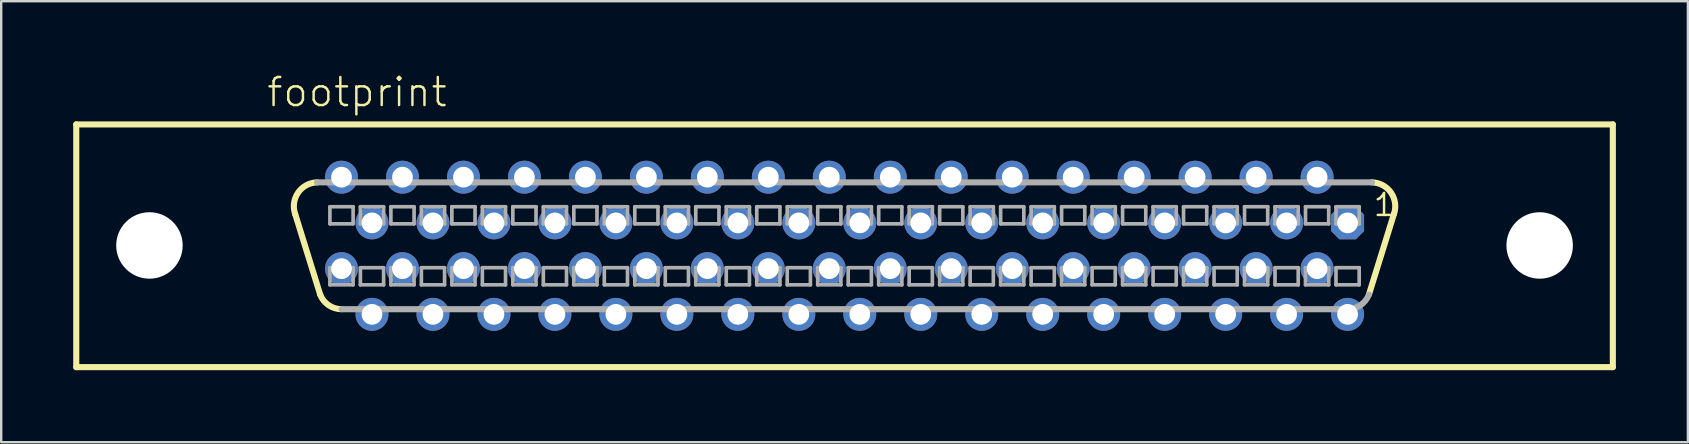
<source format=kicad_pcb>
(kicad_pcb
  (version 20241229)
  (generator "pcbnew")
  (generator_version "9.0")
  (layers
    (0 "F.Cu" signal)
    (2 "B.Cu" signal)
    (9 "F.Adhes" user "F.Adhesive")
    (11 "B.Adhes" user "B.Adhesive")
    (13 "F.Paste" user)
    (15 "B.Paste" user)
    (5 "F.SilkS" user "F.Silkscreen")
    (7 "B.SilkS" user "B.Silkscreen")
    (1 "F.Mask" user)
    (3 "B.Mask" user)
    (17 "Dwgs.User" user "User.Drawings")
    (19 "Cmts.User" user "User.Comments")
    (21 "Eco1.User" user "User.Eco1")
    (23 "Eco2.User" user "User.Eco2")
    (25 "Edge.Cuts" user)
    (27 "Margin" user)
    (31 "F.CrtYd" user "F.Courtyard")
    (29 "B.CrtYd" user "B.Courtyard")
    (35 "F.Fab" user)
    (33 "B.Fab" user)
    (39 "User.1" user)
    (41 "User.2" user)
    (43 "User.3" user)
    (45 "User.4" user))
  (footprint "footprint"
    (layer "F.Cu")
    (at 32.131 7.188)
    (property "Reference" "footprint" (at -24.13 -5.715 0) (layer "F.SilkS") (effects (font (size 1.168 1.168) (thickness 0.102)) (justify left bottom)))
    (fp_line (start -32.004 -5.055) (end 32.004 -5.055) (stroke (width 0.254) (type solid)) (layer "F.SilkS"))
    (fp_line (start -32.004 5.055) (end -32.004 -5.055) (stroke (width 0.254) (type solid)) (layer "F.SilkS"))
    (fp_line (start -21.844 2.032) (end -22.885 -1.321) (stroke (width 0.254) (type solid)) (layer "F.SilkS"))
    (fp_line (start 21.844 2.032) (end 22.885 -1.321) (stroke (width 0.254) (type solid)) (layer "F.SilkS"))
    (fp_line (start 32.004 -5.055) (end 32.004 5.055) (stroke (width 0.254) (type solid)) (layer "F.SilkS"))
    (fp_line (start 32.004 5.055) (end -32.004 5.055) (stroke (width 0.254) (type solid)) (layer "F.SilkS"))
    (fp_arc (start -22.8854 -1.3208) (mid -22.763542 -2.213361) (end -21.970998 -2.641601) (stroke (width 0.254) (type solid)) (layer "F.SilkS"))
    (fp_arc (start -20.954999 2.641601) (mid -21.494028 2.474655) (end -21.844 2.032) (stroke (width 0.254) (type solid)) (layer "F.SilkS"))
    (fp_arc (start 21.971 -2.6416) (mid 22.763543 -2.21336) (end 22.885399 -1.320799) (stroke (width 0.254) (type solid)) (layer "F.SilkS"))
    (fp_line (start -21.438 -1.626) (end -21.438 -0.914) (stroke (width 0.152) (type solid)) (layer "F.Fab"))
    (fp_line (start -21.438 -0.914) (end -20.472 -0.914) (stroke (width 0.152) (type solid)) (layer "F.Fab"))
    (fp_line (start -21.438 0.914) (end -21.438 1.626) (stroke (width 0.152) (type solid)) (layer "F.Fab"))
    (fp_line (start -21.438 1.626) (end -20.472 1.626) (stroke (width 0.152) (type solid)) (layer "F.Fab"))
    (fp_line (start -20.472 -1.626) (end -21.438 -1.626) (stroke (width 0.152) (type solid)) (layer "F.Fab"))
    (fp_line (start -20.472 -0.914) (end -20.472 -1.626) (stroke (width 0.152) (type solid)) (layer "F.Fab"))
    (fp_line (start -20.472 0.914) (end -21.438 0.914) (stroke (width 0.152) (type solid)) (layer "F.Fab"))
    (fp_line (start -20.472 1.626) (end -20.472 0.914) (stroke (width 0.152) (type solid)) (layer "F.Fab"))
    (fp_line (start -20.168 -1.626) (end -20.168 -0.914) (stroke (width 0.152) (type solid)) (layer "F.Fab"))
    (fp_line (start -20.168 -0.914) (end -19.202 -0.914) (stroke (width 0.152) (type solid)) (layer "F.Fab"))
    (fp_line (start -20.168 0.914) (end -20.168 1.626) (stroke (width 0.152) (type solid)) (layer "F.Fab"))
    (fp_line (start -20.168 1.626) (end -19.202 1.626) (stroke (width 0.152) (type solid)) (layer "F.Fab"))
    (fp_line (start -19.202 -1.626) (end -20.168 -1.626) (stroke (width 0.152) (type solid)) (layer "F.Fab"))
    (fp_line (start -19.202 -0.914) (end -19.202 -1.626) (stroke (width 0.152) (type solid)) (layer "F.Fab"))
    (fp_line (start -19.202 0.914) (end -20.168 0.914) (stroke (width 0.152) (type solid)) (layer "F.Fab"))
    (fp_line (start -19.202 1.626) (end -19.202 0.914) (stroke (width 0.152) (type solid)) (layer "F.Fab"))
    (fp_line (start -18.898 -1.626) (end -18.898 -0.914) (stroke (width 0.152) (type solid)) (layer "F.Fab"))
    (fp_line (start -18.898 -0.914) (end -17.932 -0.914) (stroke (width 0.152) (type solid)) (layer "F.Fab"))
    (fp_line (start -18.898 0.914) (end -18.898 1.626) (stroke (width 0.152) (type solid)) (layer "F.Fab"))
    (fp_line (start -18.898 1.626) (end -17.932 1.626) (stroke (width 0.152) (type solid)) (layer "F.Fab"))
    (fp_line (start -17.932 -1.626) (end -18.898 -1.626) (stroke (width 0.152) (type solid)) (layer "F.Fab"))
    (fp_line (start -17.932 -0.914) (end -17.932 -1.626) (stroke (width 0.152) (type solid)) (layer "F.Fab"))
    (fp_line (start -17.932 0.914) (end -18.898 0.914) (stroke (width 0.152) (type solid)) (layer "F.Fab"))
    (fp_line (start -17.932 1.626) (end -17.932 0.914) (stroke (width 0.152) (type solid)) (layer "F.Fab"))
    (fp_line (start -17.628 -1.626) (end -17.628 -0.914) (stroke (width 0.152) (type solid)) (layer "F.Fab"))
    (fp_line (start -17.628 -0.914) (end -16.662 -0.914) (stroke (width 0.152) (type solid)) (layer "F.Fab"))
    (fp_line (start -17.628 0.914) (end -17.628 1.626) (stroke (width 0.152) (type solid)) (layer "F.Fab"))
    (fp_line (start -17.628 1.626) (end -16.662 1.626) (stroke (width 0.152) (type solid)) (layer "F.Fab"))
    (fp_line (start -16.662 -1.626) (end -17.628 -1.626) (stroke (width 0.152) (type solid)) (layer "F.Fab"))
    (fp_line (start -16.662 -0.914) (end -16.662 -1.626) (stroke (width 0.152) (type solid)) (layer "F.Fab"))
    (fp_line (start -16.662 0.914) (end -17.628 0.914) (stroke (width 0.152) (type solid)) (layer "F.Fab"))
    (fp_line (start -16.662 1.626) (end -16.662 0.914) (stroke (width 0.152) (type solid)) (layer "F.Fab"))
    (fp_line (start -16.358 -1.626) (end -16.358 -0.914) (stroke (width 0.152) (type solid)) (layer "F.Fab"))
    (fp_line (start -16.358 -0.914) (end -15.392 -0.914) (stroke (width 0.152) (type solid)) (layer "F.Fab"))
    (fp_line (start -16.358 0.914) (end -16.358 1.626) (stroke (width 0.152) (type solid)) (layer "F.Fab"))
    (fp_line (start -16.358 1.626) (end -15.392 1.626) (stroke (width 0.152) (type solid)) (layer "F.Fab"))
    (fp_line (start -15.392 -1.626) (end -16.358 -1.626) (stroke (width 0.152) (type solid)) (layer "F.Fab"))
    (fp_line (start -15.392 -0.914) (end -15.392 -1.626) (stroke (width 0.152) (type solid)) (layer "F.Fab"))
    (fp_line (start -15.392 0.914) (end -16.358 0.914) (stroke (width 0.152) (type solid)) (layer "F.Fab"))
    (fp_line (start -15.392 1.626) (end -15.392 0.914) (stroke (width 0.152) (type solid)) (layer "F.Fab"))
    (fp_line (start -15.088 -1.626) (end -15.088 -0.914) (stroke (width 0.152) (type solid)) (layer "F.Fab"))
    (fp_line (start -15.088 -0.914) (end -14.122 -0.914) (stroke (width 0.152) (type solid)) (layer "F.Fab"))
    (fp_line (start -15.088 0.914) (end -15.088 1.626) (stroke (width 0.152) (type solid)) (layer "F.Fab"))
    (fp_line (start -15.088 1.626) (end -14.122 1.626) (stroke (width 0.152) (type solid)) (layer "F.Fab"))
    (fp_line (start -14.122 -1.626) (end -15.088 -1.626) (stroke (width 0.152) (type solid)) (layer "F.Fab"))
    (fp_line (start -14.122 -0.914) (end -14.122 -1.626) (stroke (width 0.152) (type solid)) (layer "F.Fab"))
    (fp_line (start -14.122 0.914) (end -15.088 0.914) (stroke (width 0.152) (type solid)) (layer "F.Fab"))
    (fp_line (start -14.122 1.626) (end -14.122 0.914) (stroke (width 0.152) (type solid)) (layer "F.Fab"))
    (fp_line (start -13.818 -1.626) (end -13.818 -0.914) (stroke (width 0.152) (type solid)) (layer "F.Fab"))
    (fp_line (start -13.818 -0.914) (end -12.852 -0.914) (stroke (width 0.152) (type solid)) (layer "F.Fab"))
    (fp_line (start -13.818 0.914) (end -13.818 1.626) (stroke (width 0.152) (type solid)) (layer "F.Fab"))
    (fp_line (start -13.818 1.626) (end -12.852 1.626) (stroke (width 0.152) (type solid)) (layer "F.Fab"))
    (fp_line (start -12.852 -1.626) (end -13.818 -1.626) (stroke (width 0.152) (type solid)) (layer "F.Fab"))
    (fp_line (start -12.852 -0.914) (end -12.852 -1.626) (stroke (width 0.152) (type solid)) (layer "F.Fab"))
    (fp_line (start -12.852 0.914) (end -13.818 0.914) (stroke (width 0.152) (type solid)) (layer "F.Fab"))
    (fp_line (start -12.852 1.626) (end -12.852 0.914) (stroke (width 0.152) (type solid)) (layer "F.Fab"))
    (fp_line (start -12.548 -1.626) (end -12.548 -0.914) (stroke (width 0.152) (type solid)) (layer "F.Fab"))
    (fp_line (start -12.548 -0.914) (end -11.582 -0.914) (stroke (width 0.152) (type solid)) (layer "F.Fab"))
    (fp_line (start -12.548 0.914) (end -12.548 1.626) (stroke (width 0.152) (type solid)) (layer "F.Fab"))
    (fp_line (start -12.548 1.626) (end -11.582 1.626) (stroke (width 0.152) (type solid)) (layer "F.Fab"))
    (fp_line (start -11.582 -1.626) (end -12.548 -1.626) (stroke (width 0.152) (type solid)) (layer "F.Fab"))
    (fp_line (start -11.582 -0.914) (end -11.582 -1.626) (stroke (width 0.152) (type solid)) (layer "F.Fab"))
    (fp_line (start -11.582 0.914) (end -12.548 0.914) (stroke (width 0.152) (type solid)) (layer "F.Fab"))
    (fp_line (start -11.582 1.626) (end -11.582 0.914) (stroke (width 0.152) (type solid)) (layer "F.Fab"))
    (fp_line (start -11.278 -1.626) (end -11.278 -0.914) (stroke (width 0.152) (type solid)) (layer "F.Fab"))
    (fp_line (start -11.278 -0.914) (end -10.312 -0.914) (stroke (width 0.152) (type solid)) (layer "F.Fab"))
    (fp_line (start -11.278 0.914) (end -11.278 1.626) (stroke (width 0.152) (type solid)) (layer "F.Fab"))
    (fp_line (start -11.278 1.626) (end -10.312 1.626) (stroke (width 0.152) (type solid)) (layer "F.Fab"))
    (fp_line (start -10.312 -1.626) (end -11.278 -1.626) (stroke (width 0.152) (type solid)) (layer "F.Fab"))
    (fp_line (start -10.312 -0.914) (end -10.312 -1.626) (stroke (width 0.152) (type solid)) (layer "F.Fab"))
    (fp_line (start -10.312 0.914) (end -11.278 0.914) (stroke (width 0.152) (type solid)) (layer "F.Fab"))
    (fp_line (start -10.312 1.626) (end -10.312 0.914) (stroke (width 0.152) (type solid)) (layer "F.Fab"))
    (fp_line (start -10.008 -1.626) (end -10.008 -0.914) (stroke (width 0.152) (type solid)) (layer "F.Fab"))
    (fp_line (start -10.008 -0.914) (end -9.042 -0.914) (stroke (width 0.152) (type solid)) (layer "F.Fab"))
    (fp_line (start -10.008 0.914) (end -10.008 1.626) (stroke (width 0.152) (type solid)) (layer "F.Fab"))
    (fp_line (start -10.008 1.626) (end -9.042 1.626) (stroke (width 0.152) (type solid)) (layer "F.Fab"))
    (fp_line (start -9.042 -1.626) (end -10.008 -1.626) (stroke (width 0.152) (type solid)) (layer "F.Fab"))
    (fp_line (start -9.042 -0.914) (end -9.042 -1.626) (stroke (width 0.152) (type solid)) (layer "F.Fab"))
    (fp_line (start -9.042 0.914) (end -10.008 0.914) (stroke (width 0.152) (type solid)) (layer "F.Fab"))
    (fp_line (start -9.042 1.626) (end -9.042 0.914) (stroke (width 0.152) (type solid)) (layer "F.Fab"))
    (fp_line (start -8.738 -1.626) (end -8.738 -0.914) (stroke (width 0.152) (type solid)) (layer "F.Fab"))
    (fp_line (start -8.738 -0.914) (end -7.772 -0.914) (stroke (width 0.152) (type solid)) (layer "F.Fab"))
    (fp_line (start -8.738 0.914) (end -8.738 1.626) (stroke (width 0.152) (type solid)) (layer "F.Fab"))
    (fp_line (start -8.738 1.626) (end -7.772 1.626) (stroke (width 0.152) (type solid)) (layer "F.Fab"))
    (fp_line (start -7.772 -1.626) (end -8.738 -1.626) (stroke (width 0.152) (type solid)) (layer "F.Fab"))
    (fp_line (start -7.772 -0.914) (end -7.772 -1.626) (stroke (width 0.152) (type solid)) (layer "F.Fab"))
    (fp_line (start -7.772 0.914) (end -8.738 0.914) (stroke (width 0.152) (type solid)) (layer "F.Fab"))
    (fp_line (start -7.772 1.626) (end -7.772 0.914) (stroke (width 0.152) (type solid)) (layer "F.Fab"))
    (fp_line (start -7.468 -1.626) (end -7.468 -0.914) (stroke (width 0.152) (type solid)) (layer "F.Fab"))
    (fp_line (start -7.468 -0.914) (end -6.502 -0.914) (stroke (width 0.152) (type solid)) (layer "F.Fab"))
    (fp_line (start -7.468 0.914) (end -7.468 1.626) (stroke (width 0.152) (type solid)) (layer "F.Fab"))
    (fp_line (start -7.468 1.626) (end -6.502 1.626) (stroke (width 0.152) (type solid)) (layer "F.Fab"))
    (fp_line (start -6.502 -1.626) (end -7.468 -1.626) (stroke (width 0.152) (type solid)) (layer "F.Fab"))
    (fp_line (start -6.502 -0.914) (end -6.502 -1.626) (stroke (width 0.152) (type solid)) (layer "F.Fab"))
    (fp_line (start -6.502 0.914) (end -7.468 0.914) (stroke (width 0.152) (type solid)) (layer "F.Fab"))
    (fp_line (start -6.502 1.626) (end -6.502 0.914) (stroke (width 0.152) (type solid)) (layer "F.Fab"))
    (fp_line (start -6.198 -1.626) (end -6.198 -0.914) (stroke (width 0.152) (type solid)) (layer "F.Fab"))
    (fp_line (start -6.198 -0.914) (end -5.232 -0.914) (stroke (width 0.152) (type solid)) (layer "F.Fab"))
    (fp_line (start -6.198 0.914) (end -6.198 1.626) (stroke (width 0.152) (type solid)) (layer "F.Fab"))
    (fp_line (start -6.198 1.626) (end -5.232 1.626) (stroke (width 0.152) (type solid)) (layer "F.Fab"))
    (fp_line (start -5.232 -1.626) (end -6.198 -1.626) (stroke (width 0.152) (type solid)) (layer "F.Fab"))
    (fp_line (start -5.232 -0.914) (end -5.232 -1.626) (stroke (width 0.152) (type solid)) (layer "F.Fab"))
    (fp_line (start -5.232 0.914) (end -6.198 0.914) (stroke (width 0.152) (type solid)) (layer "F.Fab"))
    (fp_line (start -5.232 1.626) (end -5.232 0.914) (stroke (width 0.152) (type solid)) (layer "F.Fab"))
    (fp_line (start -4.928 -1.626) (end -4.928 -0.914) (stroke (width 0.152) (type solid)) (layer "F.Fab"))
    (fp_line (start -4.928 -0.914) (end -3.962 -0.914) (stroke (width 0.152) (type solid)) (layer "F.Fab"))
    (fp_line (start -4.928 0.914) (end -4.928 1.626) (stroke (width 0.152) (type solid)) (layer "F.Fab"))
    (fp_line (start -4.928 1.626) (end -3.962 1.626) (stroke (width 0.152) (type solid)) (layer "F.Fab"))
    (fp_line (start -3.962 -1.626) (end -4.928 -1.626) (stroke (width 0.152) (type solid)) (layer "F.Fab"))
    (fp_line (start -3.962 -0.914) (end -3.962 -1.626) (stroke (width 0.152) (type solid)) (layer "F.Fab"))
    (fp_line (start -3.962 0.914) (end -4.928 0.914) (stroke (width 0.152) (type solid)) (layer "F.Fab"))
    (fp_line (start -3.962 1.626) (end -3.962 0.914) (stroke (width 0.152) (type solid)) (layer "F.Fab"))
    (fp_line (start -3.658 -1.626) (end -3.658 -0.914) (stroke (width 0.152) (type solid)) (layer "F.Fab"))
    (fp_line (start -3.658 -0.914) (end -2.692 -0.914) (stroke (width 0.152) (type solid)) (layer "F.Fab"))
    (fp_line (start -3.658 0.914) (end -3.658 1.626) (stroke (width 0.152) (type solid)) (layer "F.Fab"))
    (fp_line (start -3.658 1.626) (end -2.692 1.626) (stroke (width 0.152) (type solid)) (layer "F.Fab"))
    (fp_line (start -2.692 -1.626) (end -3.658 -1.626) (stroke (width 0.152) (type solid)) (layer "F.Fab"))
    (fp_line (start -2.692 -0.914) (end -2.692 -1.626) (stroke (width 0.152) (type solid)) (layer "F.Fab"))
    (fp_line (start -2.692 0.914) (end -3.658 0.914) (stroke (width 0.152) (type solid)) (layer "F.Fab"))
    (fp_line (start -2.692 1.626) (end -2.692 0.914) (stroke (width 0.152) (type solid)) (layer "F.Fab"))
    (fp_line (start -2.388 -1.626) (end -2.388 -0.914) (stroke (width 0.152) (type solid)) (layer "F.Fab"))
    (fp_line (start -2.388 -0.914) (end -1.422 -0.914) (stroke (width 0.152) (type solid)) (layer "F.Fab"))
    (fp_line (start -2.388 0.914) (end -2.388 1.626) (stroke (width 0.152) (type solid)) (layer "F.Fab"))
    (fp_line (start -2.388 1.626) (end -1.422 1.626) (stroke (width 0.152) (type solid)) (layer "F.Fab"))
    (fp_line (start -1.422 -1.626) (end -2.388 -1.626) (stroke (width 0.152) (type solid)) (layer "F.Fab"))
    (fp_line (start -1.422 -0.914) (end -1.422 -1.626) (stroke (width 0.152) (type solid)) (layer "F.Fab"))
    (fp_line (start -1.422 0.914) (end -2.388 0.914) (stroke (width 0.152) (type solid)) (layer "F.Fab"))
    (fp_line (start -1.422 1.626) (end -1.422 0.914) (stroke (width 0.152) (type solid)) (layer "F.Fab"))
    (fp_line (start -1.118 -1.626) (end -1.118 -0.914) (stroke (width 0.152) (type solid)) (layer "F.Fab"))
    (fp_line (start -1.118 -0.914) (end -0.152 -0.914) (stroke (width 0.152) (type solid)) (layer "F.Fab"))
    (fp_line (start -1.118 0.914) (end -1.118 1.626) (stroke (width 0.152) (type solid)) (layer "F.Fab"))
    (fp_line (start -1.118 1.626) (end -0.152 1.626) (stroke (width 0.152) (type solid)) (layer "F.Fab"))
    (fp_line (start -0.152 -1.626) (end -1.118 -1.626) (stroke (width 0.152) (type solid)) (layer "F.Fab"))
    (fp_line (start -0.152 -0.914) (end -0.152 -1.626) (stroke (width 0.152) (type solid)) (layer "F.Fab"))
    (fp_line (start -0.152 0.914) (end -1.118 0.914) (stroke (width 0.152) (type solid)) (layer "F.Fab"))
    (fp_line (start -0.152 1.626) (end -0.152 0.914) (stroke (width 0.152) (type solid)) (layer "F.Fab"))
    (fp_line (start 0.152 -1.626) (end 0.152 -0.914) (stroke (width 0.152) (type solid)) (layer "F.Fab"))
    (fp_line (start 0.152 -0.914) (end 1.118 -0.914) (stroke (width 0.152) (type solid)) (layer "F.Fab"))
    (fp_line (start 0.152 0.914) (end 0.152 1.626) (stroke (width 0.152) (type solid)) (layer "F.Fab"))
    (fp_line (start 0.152 1.626) (end 1.118 1.626) (stroke (width 0.152) (type solid)) (layer "F.Fab"))
    (fp_line (start 1.118 -1.626) (end 0.152 -1.626) (stroke (width 0.152) (type solid)) (layer "F.Fab"))
    (fp_line (start 1.118 -0.914) (end 1.118 -1.626) (stroke (width 0.152) (type solid)) (layer "F.Fab"))
    (fp_line (start 1.118 0.914) (end 0.152 0.914) (stroke (width 0.152) (type solid)) (layer "F.Fab"))
    (fp_line (start 1.118 1.626) (end 1.118 0.914) (stroke (width 0.152) (type solid)) (layer "F.Fab"))
    (fp_line (start 1.422 -1.626) (end 1.422 -0.914) (stroke (width 0.152) (type solid)) (layer "F.Fab"))
    (fp_line (start 1.422 -0.914) (end 2.388 -0.914) (stroke (width 0.152) (type solid)) (layer "F.Fab"))
    (fp_line (start 1.422 0.914) (end 1.422 1.626) (stroke (width 0.152) (type solid)) (layer "F.Fab"))
    (fp_line (start 1.422 1.626) (end 2.388 1.626) (stroke (width 0.152) (type solid)) (layer "F.Fab"))
    (fp_line (start 2.388 -1.626) (end 1.422 -1.626) (stroke (width 0.152) (type solid)) (layer "F.Fab"))
    (fp_line (start 2.388 -0.914) (end 2.388 -1.626) (stroke (width 0.152) (type solid)) (layer "F.Fab"))
    (fp_line (start 2.388 0.914) (end 1.422 0.914) (stroke (width 0.152) (type solid)) (layer "F.Fab"))
    (fp_line (start 2.388 1.626) (end 2.388 0.914) (stroke (width 0.152) (type solid)) (layer "F.Fab"))
    (fp_line (start 2.692 -1.626) (end 2.692 -0.914) (stroke (width 0.152) (type solid)) (layer "F.Fab"))
    (fp_line (start 2.692 -0.914) (end 3.658 -0.914) (stroke (width 0.152) (type solid)) (layer "F.Fab"))
    (fp_line (start 2.692 0.914) (end 2.692 1.626) (stroke (width 0.152) (type solid)) (layer "F.Fab"))
    (fp_line (start 2.692 1.626) (end 3.658 1.626) (stroke (width 0.152) (type solid)) (layer "F.Fab"))
    (fp_line (start 3.658 -1.626) (end 2.692 -1.626) (stroke (width 0.152) (type solid)) (layer "F.Fab"))
    (fp_line (start 3.658 -0.914) (end 3.658 -1.626) (stroke (width 0.152) (type solid)) (layer "F.Fab"))
    (fp_line (start 3.658 0.914) (end 2.692 0.914) (stroke (width 0.152) (type solid)) (layer "F.Fab"))
    (fp_line (start 3.658 1.626) (end 3.658 0.914) (stroke (width 0.152) (type solid)) (layer "F.Fab"))
    (fp_line (start 3.962 -1.626) (end 3.962 -0.914) (stroke (width 0.152) (type solid)) (layer "F.Fab"))
    (fp_line (start 3.962 -0.914) (end 4.928 -0.914) (stroke (width 0.152) (type solid)) (layer "F.Fab"))
    (fp_line (start 3.962 0.914) (end 3.962 1.626) (stroke (width 0.152) (type solid)) (layer "F.Fab"))
    (fp_line (start 3.962 1.626) (end 4.928 1.626) (stroke (width 0.152) (type solid)) (layer "F.Fab"))
    (fp_line (start 4.928 -1.626) (end 3.962 -1.626) (stroke (width 0.152) (type solid)) (layer "F.Fab"))
    (fp_line (start 4.928 -0.914) (end 4.928 -1.626) (stroke (width 0.152) (type solid)) (layer "F.Fab"))
    (fp_line (start 4.928 0.914) (end 3.962 0.914) (stroke (width 0.152) (type solid)) (layer "F.Fab"))
    (fp_line (start 4.928 1.626) (end 4.928 0.914) (stroke (width 0.152) (type solid)) (layer "F.Fab"))
    (fp_line (start 5.232 -1.626) (end 5.232 -0.914) (stroke (width 0.152) (type solid)) (layer "F.Fab"))
    (fp_line (start 5.232 -0.914) (end 6.198 -0.914) (stroke (width 0.152) (type solid)) (layer "F.Fab"))
    (fp_line (start 5.232 0.914) (end 5.232 1.626) (stroke (width 0.152) (type solid)) (layer "F.Fab"))
    (fp_line (start 5.232 1.626) (end 6.198 1.626) (stroke (width 0.152) (type solid)) (layer "F.Fab"))
    (fp_line (start 6.198 -1.626) (end 5.232 -1.626) (stroke (width 0.152) (type solid)) (layer "F.Fab"))
    (fp_line (start 6.198 -0.914) (end 6.198 -1.626) (stroke (width 0.152) (type solid)) (layer "F.Fab"))
    (fp_line (start 6.198 0.914) (end 5.232 0.914) (stroke (width 0.152) (type solid)) (layer "F.Fab"))
    (fp_line (start 6.198 1.626) (end 6.198 0.914) (stroke (width 0.152) (type solid)) (layer "F.Fab"))
    (fp_line (start 6.502 -1.626) (end 6.502 -0.914) (stroke (width 0.152) (type solid)) (layer "F.Fab"))
    (fp_line (start 6.502 -0.914) (end 7.468 -0.914) (stroke (width 0.152) (type solid)) (layer "F.Fab"))
    (fp_line (start 6.502 0.914) (end 6.502 1.626) (stroke (width 0.152) (type solid)) (layer "F.Fab"))
    (fp_line (start 6.502 1.626) (end 7.468 1.626) (stroke (width 0.152) (type solid)) (layer "F.Fab"))
    (fp_line (start 7.468 -1.626) (end 6.502 -1.626) (stroke (width 0.152) (type solid)) (layer "F.Fab"))
    (fp_line (start 7.468 -0.914) (end 7.468 -1.626) (stroke (width 0.152) (type solid)) (layer "F.Fab"))
    (fp_line (start 7.468 0.914) (end 6.502 0.914) (stroke (width 0.152) (type solid)) (layer "F.Fab"))
    (fp_line (start 7.468 1.626) (end 7.468 0.914) (stroke (width 0.152) (type solid)) (layer "F.Fab"))
    (fp_line (start 7.772 -1.626) (end 7.772 -0.914) (stroke (width 0.152) (type solid)) (layer "F.Fab"))
    (fp_line (start 7.772 -0.914) (end 8.738 -0.914) (stroke (width 0.152) (type solid)) (layer "F.Fab"))
    (fp_line (start 7.772 0.914) (end 7.772 1.626) (stroke (width 0.152) (type solid)) (layer "F.Fab"))
    (fp_line (start 7.772 1.626) (end 8.738 1.626) (stroke (width 0.152) (type solid)) (layer "F.Fab"))
    (fp_line (start 8.738 -1.626) (end 7.772 -1.626) (stroke (width 0.152) (type solid)) (layer "F.Fab"))
    (fp_line (start 8.738 -0.914) (end 8.738 -1.626) (stroke (width 0.152) (type solid)) (layer "F.Fab"))
    (fp_line (start 8.738 0.914) (end 7.772 0.914) (stroke (width 0.152) (type solid)) (layer "F.Fab"))
    (fp_line (start 8.738 1.626) (end 8.738 0.914) (stroke (width 0.152) (type solid)) (layer "F.Fab"))
    (fp_line (start 9.042 -1.626) (end 9.042 -0.914) (stroke (width 0.152) (type solid)) (layer "F.Fab"))
    (fp_line (start 9.042 -0.914) (end 10.008 -0.914) (stroke (width 0.152) (type solid)) (layer "F.Fab"))
    (fp_line (start 9.042 0.914) (end 9.042 1.626) (stroke (width 0.152) (type solid)) (layer "F.Fab"))
    (fp_line (start 9.042 1.626) (end 10.008 1.626) (stroke (width 0.152) (type solid)) (layer "F.Fab"))
    (fp_line (start 10.008 -1.626) (end 9.042 -1.626) (stroke (width 0.152) (type solid)) (layer "F.Fab"))
    (fp_line (start 10.008 -0.914) (end 10.008 -1.626) (stroke (width 0.152) (type solid)) (layer "F.Fab"))
    (fp_line (start 10.008 0.914) (end 9.042 0.914) (stroke (width 0.152) (type solid)) (layer "F.Fab"))
    (fp_line (start 10.008 1.626) (end 10.008 0.914) (stroke (width 0.152) (type solid)) (layer "F.Fab"))
    (fp_line (start 10.312 -1.626) (end 10.312 -0.914) (stroke (width 0.152) (type solid)) (layer "F.Fab"))
    (fp_line (start 10.312 -0.914) (end 11.278 -0.914) (stroke (width 0.152) (type solid)) (layer "F.Fab"))
    (fp_line (start 10.312 0.914) (end 10.312 1.626) (stroke (width 0.152) (type solid)) (layer "F.Fab"))
    (fp_line (start 10.312 1.626) (end 11.278 1.626) (stroke (width 0.152) (type solid)) (layer "F.Fab"))
    (fp_line (start 11.278 -1.626) (end 10.312 -1.626) (stroke (width 0.152) (type solid)) (layer "F.Fab"))
    (fp_line (start 11.278 -0.914) (end 11.278 -1.626) (stroke (width 0.152) (type solid)) (layer "F.Fab"))
    (fp_line (start 11.278 0.914) (end 10.312 0.914) (stroke (width 0.152) (type solid)) (layer "F.Fab"))
    (fp_line (start 11.278 1.626) (end 11.278 0.914) (stroke (width 0.152) (type solid)) (layer "F.Fab"))
    (fp_line (start 11.582 -1.626) (end 11.582 -0.914) (stroke (width 0.152) (type solid)) (layer "F.Fab"))
    (fp_line (start 11.582 -0.914) (end 12.548 -0.914) (stroke (width 0.152) (type solid)) (layer "F.Fab"))
    (fp_line (start 11.582 0.914) (end 11.582 1.626) (stroke (width 0.152) (type solid)) (layer "F.Fab"))
    (fp_line (start 11.582 1.626) (end 12.548 1.626) (stroke (width 0.152) (type solid)) (layer "F.Fab"))
    (fp_line (start 12.548 -1.626) (end 11.582 -1.626) (stroke (width 0.152) (type solid)) (layer "F.Fab"))
    (fp_line (start 12.548 -0.914) (end 12.548 -1.626) (stroke (width 0.152) (type solid)) (layer "F.Fab"))
    (fp_line (start 12.548 0.914) (end 11.582 0.914) (stroke (width 0.152) (type solid)) (layer "F.Fab"))
    (fp_line (start 12.548 1.626) (end 12.548 0.914) (stroke (width 0.152) (type solid)) (layer "F.Fab"))
    (fp_line (start 12.852 -1.626) (end 12.852 -0.914) (stroke (width 0.152) (type solid)) (layer "F.Fab"))
    (fp_line (start 12.852 -0.914) (end 13.818 -0.914) (stroke (width 0.152) (type solid)) (layer "F.Fab"))
    (fp_line (start 12.852 0.914) (end 12.852 1.626) (stroke (width 0.152) (type solid)) (layer "F.Fab"))
    (fp_line (start 12.852 1.626) (end 13.818 1.626) (stroke (width 0.152) (type solid)) (layer "F.Fab"))
    (fp_line (start 13.818 -1.626) (end 12.852 -1.626) (stroke (width 0.152) (type solid)) (layer "F.Fab"))
    (fp_line (start 13.818 -0.914) (end 13.818 -1.626) (stroke (width 0.152) (type solid)) (layer "F.Fab"))
    (fp_line (start 13.818 0.914) (end 12.852 0.914) (stroke (width 0.152) (type solid)) (layer "F.Fab"))
    (fp_line (start 13.818 1.626) (end 13.818 0.914) (stroke (width 0.152) (type solid)) (layer "F.Fab"))
    (fp_line (start 14.122 -1.626) (end 14.122 -0.914) (stroke (width 0.152) (type solid)) (layer "F.Fab"))
    (fp_line (start 14.122 -0.914) (end 15.088 -0.914) (stroke (width 0.152) (type solid)) (layer "F.Fab"))
    (fp_line (start 14.122 0.914) (end 14.122 1.626) (stroke (width 0.152) (type solid)) (layer "F.Fab"))
    (fp_line (start 14.122 1.626) (end 15.088 1.626) (stroke (width 0.152) (type solid)) (layer "F.Fab"))
    (fp_line (start 15.088 -1.626) (end 14.122 -1.626) (stroke (width 0.152) (type solid)) (layer "F.Fab"))
    (fp_line (start 15.088 -0.914) (end 15.088 -1.626) (stroke (width 0.152) (type solid)) (layer "F.Fab"))
    (fp_line (start 15.088 0.914) (end 14.122 0.914) (stroke (width 0.152) (type solid)) (layer "F.Fab"))
    (fp_line (start 15.088 1.626) (end 15.088 0.914) (stroke (width 0.152) (type solid)) (layer "F.Fab"))
    (fp_line (start 15.392 -1.626) (end 15.392 -0.914) (stroke (width 0.152) (type solid)) (layer "F.Fab"))
    (fp_line (start 15.392 -0.914) (end 16.358 -0.914) (stroke (width 0.152) (type solid)) (layer "F.Fab"))
    (fp_line (start 15.392 0.914) (end 15.392 1.626) (stroke (width 0.152) (type solid)) (layer "F.Fab"))
    (fp_line (start 15.392 1.626) (end 16.358 1.626) (stroke (width 0.152) (type solid)) (layer "F.Fab"))
    (fp_line (start 16.358 -1.626) (end 15.392 -1.626) (stroke (width 0.152) (type solid)) (layer "F.Fab"))
    (fp_line (start 16.358 -0.914) (end 16.358 -1.626) (stroke (width 0.152) (type solid)) (layer "F.Fab"))
    (fp_line (start 16.358 0.914) (end 15.392 0.914) (stroke (width 0.152) (type solid)) (layer "F.Fab"))
    (fp_line (start 16.358 1.626) (end 16.358 0.914) (stroke (width 0.152) (type solid)) (layer "F.Fab"))
    (fp_line (start 16.662 -1.626) (end 16.662 -0.914) (stroke (width 0.152) (type solid)) (layer "F.Fab"))
    (fp_line (start 16.662 -0.914) (end 17.628 -0.914) (stroke (width 0.152) (type solid)) (layer "F.Fab"))
    (fp_line (start 16.662 0.914) (end 16.662 1.626) (stroke (width 0.152) (type solid)) (layer "F.Fab"))
    (fp_line (start 16.662 1.626) (end 17.628 1.626) (stroke (width 0.152) (type solid)) (layer "F.Fab"))
    (fp_line (start 17.628 -1.626) (end 16.662 -1.626) (stroke (width 0.152) (type solid)) (layer "F.Fab"))
    (fp_line (start 17.628 -0.914) (end 17.628 -1.626) (stroke (width 0.152) (type solid)) (layer "F.Fab"))
    (fp_line (start 17.628 0.914) (end 16.662 0.914) (stroke (width 0.152) (type solid)) (layer "F.Fab"))
    (fp_line (start 17.628 1.626) (end 17.628 0.914) (stroke (width 0.152) (type solid)) (layer "F.Fab"))
    (fp_line (start 17.932 -1.626) (end 17.932 -0.914) (stroke (width 0.152) (type solid)) (layer "F.Fab"))
    (fp_line (start 17.932 -0.914) (end 18.898 -0.914) (stroke (width 0.152) (type solid)) (layer "F.Fab"))
    (fp_line (start 17.932 0.914) (end 17.932 1.626) (stroke (width 0.152) (type solid)) (layer "F.Fab"))
    (fp_line (start 17.932 1.626) (end 18.898 1.626) (stroke (width 0.152) (type solid)) (layer "F.Fab"))
    (fp_line (start 18.898 -1.626) (end 17.932 -1.626) (stroke (width 0.152) (type solid)) (layer "F.Fab"))
    (fp_line (start 18.898 -0.914) (end 18.898 -1.626) (stroke (width 0.152) (type solid)) (layer "F.Fab"))
    (fp_line (start 18.898 0.914) (end 17.932 0.914) (stroke (width 0.152) (type solid)) (layer "F.Fab"))
    (fp_line (start 18.898 1.626) (end 18.898 0.914) (stroke (width 0.152) (type solid)) (layer "F.Fab"))
    (fp_line (start 19.202 -1.626) (end 19.202 -0.914) (stroke (width 0.152) (type solid)) (layer "F.Fab"))
    (fp_line (start 19.202 -0.914) (end 20.168 -0.914) (stroke (width 0.152) (type solid)) (layer "F.Fab"))
    (fp_line (start 19.202 0.914) (end 19.202 1.626) (stroke (width 0.152) (type solid)) (layer "F.Fab"))
    (fp_line (start 19.202 1.626) (end 20.168 1.626) (stroke (width 0.152) (type solid)) (layer "F.Fab"))
    (fp_line (start 20.168 -1.626) (end 19.202 -1.626) (stroke (width 0.152) (type solid)) (layer "F.Fab"))
    (fp_line (start 20.168 -0.914) (end 20.168 -1.626) (stroke (width 0.152) (type solid)) (layer "F.Fab"))
    (fp_line (start 20.168 0.914) (end 19.202 0.914) (stroke (width 0.152) (type solid)) (layer "F.Fab"))
    (fp_line (start 20.168 1.626) (end 20.168 0.914) (stroke (width 0.152) (type solid)) (layer "F.Fab"))
    (fp_line (start 20.472 -1.626) (end 20.472 -0.914) (stroke (width 0.152) (type solid)) (layer "F.Fab"))
    (fp_line (start 20.472 -0.914) (end 21.438 -0.914) (stroke (width 0.152) (type solid)) (layer "F.Fab"))
    (fp_line (start 20.472 0.914) (end 20.472 1.626) (stroke (width 0.152) (type solid)) (layer "F.Fab"))
    (fp_line (start 20.472 1.626) (end 21.438 1.626) (stroke (width 0.152) (type solid)) (layer "F.Fab"))
    (fp_line (start 20.955 2.642) (end -20.955 2.642) (stroke (width 0.254) (type solid)) (layer "F.Fab"))
    (fp_line (start 21.438 -1.626) (end 20.472 -1.626) (stroke (width 0.152) (type solid)) (layer "F.Fab"))
    (fp_line (start 21.438 -0.914) (end 21.438 -1.626) (stroke (width 0.152) (type solid)) (layer "F.Fab"))
    (fp_line (start 21.438 0.914) (end 20.472 0.914) (stroke (width 0.152) (type solid)) (layer "F.Fab"))
    (fp_line (start 21.438 1.626) (end 21.438 0.914) (stroke (width 0.152) (type solid)) (layer "F.Fab"))
    (fp_line (start 21.971 -2.642) (end -21.971 -2.642) (stroke (width 0.254) (type solid)) (layer "F.Fab"))
    (fp_arc (start 21.843999 2.031999) (mid 21.494028 2.474653) (end 20.955 2.6416) (stroke (width 0.254) (type solid)) (layer "F.Fab"))
    (fp_text user "1" (at 21.971 -1.168 0) (layer "F.SilkS") (effects (font (size 0.914 0.914) (thickness 0.102)) (justify left bottom)))
    (pad "" np_thru_hole circle (at -28.956 -0.013) (size 2.769 2.769) (drill 2.769) (layers "*.Cu" "*.Mask"))
    (pad "" np_thru_hole circle (at 28.956 -0.013) (size 2.769 2.769) (drill 2.769) (layers "*.Cu" "*.Mask"))
    (pad "1" thru_hole roundrect (at 20.955 -0.953) (size 1.372 1.372) (drill 0.864) (layers "*.Cu" "*.Mask") (roundrect_rratio 0.25) (chamfer_ratio 0.25) (chamfer top_left top_right bottom_left bottom_right))
    (pad "2" thru_hole circle (at 19.685 -2.857) (size 1.372 1.372) (drill 0.864) (layers "*.Cu" "*.Mask"))
    (pad "3" thru_hole circle (at 18.415 -0.953) (size 1.372 1.372) (drill 0.864) (layers "*.Cu" "*.Mask"))
    (pad "4" thru_hole circle (at 17.145 -2.857) (size 1.372 1.372) (drill 0.864) (layers "*.Cu" "*.Mask"))
    (pad "5" thru_hole circle (at 15.875 -0.953) (size 1.372 1.372) (drill 0.864) (layers "*.Cu" "*.Mask"))
    (pad "6" thru_hole circle (at 14.605 -2.857) (size 1.372 1.372) (drill 0.864) (layers "*.Cu" "*.Mask"))
    (pad "7" thru_hole circle (at 13.335 -0.953) (size 1.372 1.372) (drill 0.864) (layers "*.Cu" "*.Mask"))
    (pad "8" thru_hole circle (at 12.065 -2.857) (size 1.372 1.372) (drill 0.864) (layers "*.Cu" "*.Mask"))
    (pad "9" thru_hole circle (at 10.795 -0.953) (size 1.372 1.372) (drill 0.864) (layers "*.Cu" "*.Mask"))
    (pad "10" thru_hole circle (at 9.525 -2.857) (size 1.372 1.372) (drill 0.864) (layers "*.Cu" "*.Mask"))
    (pad "11" thru_hole circle (at 8.255 -0.953) (size 1.372 1.372) (drill 0.864) (layers "*.Cu" "*.Mask"))
    (pad "12" thru_hole circle (at 6.985 -2.857) (size 1.372 1.372) (drill 0.864) (layers "*.Cu" "*.Mask"))
    (pad "13" thru_hole circle (at 5.715 -0.953) (size 1.372 1.372) (drill 0.864) (layers "*.Cu" "*.Mask"))
    (pad "14" thru_hole circle (at 4.445 -2.857) (size 1.372 1.372) (drill 0.864) (layers "*.Cu" "*.Mask"))
    (pad "15" thru_hole circle (at 3.175 -0.953) (size 1.372 1.372) (drill 0.864) (layers "*.Cu" "*.Mask"))
    (pad "16" thru_hole circle (at 1.905 -2.857) (size 1.372 1.372) (drill 0.864) (layers "*.Cu" "*.Mask"))
    (pad "17" thru_hole circle (at 0.635 -0.953) (size 1.372 1.372) (drill 0.864) (layers "*.Cu" "*.Mask"))
    (pad "18" thru_hole circle (at -0.635 -2.857) (size 1.372 1.372) (drill 0.864) (layers "*.Cu" "*.Mask"))
    (pad "19" thru_hole circle (at -1.905 -0.953) (size 1.372 1.372) (drill 0.864) (layers "*.Cu" "*.Mask"))
    (pad "20" thru_hole circle (at -3.175 -2.857) (size 1.372 1.372) (drill 0.864) (layers "*.Cu" "*.Mask"))
    (pad "21" thru_hole circle (at -4.445 -0.953) (size 1.372 1.372) (drill 0.864) (layers "*.Cu" "*.Mask"))
    (pad "22" thru_hole circle (at -5.715 -2.857) (size 1.372 1.372) (drill 0.864) (layers "*.Cu" "*.Mask"))
    (pad "23" thru_hole circle (at -6.985 -0.953) (size 1.372 1.372) (drill 0.864) (layers "*.Cu" "*.Mask"))
    (pad "24" thru_hole circle (at -8.255 -2.857) (size 1.372 1.372) (drill 0.864) (layers "*.Cu" "*.Mask"))
    (pad "25" thru_hole circle (at -9.525 -0.953) (size 1.372 1.372) (drill 0.864) (layers "*.Cu" "*.Mask"))
    (pad "26" thru_hole circle (at -10.795 -2.857) (size 1.372 1.372) (drill 0.864) (layers "*.Cu" "*.Mask"))
    (pad "27" thru_hole circle (at -12.065 -0.953) (size 1.372 1.372) (drill 0.864) (layers "*.Cu" "*.Mask"))
    (pad "28" thru_hole circle (at -13.335 -2.857) (size 1.372 1.372) (drill 0.864) (layers "*.Cu" "*.Mask"))
    (pad "29" thru_hole circle (at -14.605 -0.953) (size 1.372 1.372) (drill 0.864) (layers "*.Cu" "*.Mask"))
    (pad "30" thru_hole circle (at -15.875 -2.857) (size 1.372 1.372) (drill 0.864) (layers "*.Cu" "*.Mask"))
    (pad "31" thru_hole circle (at -17.145 -0.953) (size 1.372 1.372) (drill 0.864) (layers "*.Cu" "*.Mask"))
    (pad "32" thru_hole circle (at -18.415 -2.857) (size 1.372 1.372) (drill 0.864) (layers "*.Cu" "*.Mask"))
    (pad "33" thru_hole circle (at -19.685 -0.953) (size 1.372 1.372) (drill 0.864) (layers "*.Cu" "*.Mask"))
    (pad "34" thru_hole circle (at -20.955 -2.857) (size 1.372 1.372) (drill 0.864) (layers "*.Cu" "*.Mask"))
    (pad "35" thru_hole circle (at 20.955 2.857) (size 1.372 1.372) (drill 0.864) (layers "*.Cu" "*.Mask"))
    (pad "36" thru_hole circle (at 19.685 0.953) (size 1.372 1.372) (drill 0.864) (layers "*.Cu" "*.Mask"))
    (pad "37" thru_hole circle (at 18.415 2.857) (size 1.372 1.372) (drill 0.864) (layers "*.Cu" "*.Mask"))
    (pad "38" thru_hole circle (at 17.145 0.953) (size 1.372 1.372) (drill 0.864) (layers "*.Cu" "*.Mask"))
    (pad "39" thru_hole circle (at 15.875 2.857) (size 1.372 1.372) (drill 0.864) (layers "*.Cu" "*.Mask"))
    (pad "40" thru_hole circle (at 14.605 0.953) (size 1.372 1.372) (drill 0.864) (layers "*.Cu" "*.Mask"))
    (pad "41" thru_hole circle (at 13.335 2.857) (size 1.372 1.372) (drill 0.864) (layers "*.Cu" "*.Mask"))
    (pad "42" thru_hole circle (at 12.065 0.953) (size 1.372 1.372) (drill 0.864) (layers "*.Cu" "*.Mask"))
    (pad "43" thru_hole circle (at 10.795 2.857) (size 1.372 1.372) (drill 0.864) (layers "*.Cu" "*.Mask"))
    (pad "44" thru_hole circle (at 9.525 0.953) (size 1.372 1.372) (drill 0.864) (layers "*.Cu" "*.Mask"))
    (pad "45" thru_hole circle (at 8.255 2.857) (size 1.372 1.372) (drill 0.864) (layers "*.Cu" "*.Mask"))
    (pad "46" thru_hole circle (at 6.985 0.953) (size 1.372 1.372) (drill 0.864) (layers "*.Cu" "*.Mask"))
    (pad "47" thru_hole circle (at 5.715 2.857) (size 1.372 1.372) (drill 0.864) (layers "*.Cu" "*.Mask"))
    (pad "48" thru_hole circle (at 4.445 0.953) (size 1.372 1.372) (drill 0.864) (layers "*.Cu" "*.Mask"))
    (pad "49" thru_hole circle (at 3.175 2.857) (size 1.372 1.372) (drill 0.864) (layers "*.Cu" "*.Mask"))
    (pad "50" thru_hole circle (at 1.905 0.953) (size 1.372 1.372) (drill 0.864) (layers "*.Cu" "*.Mask"))
    (pad "51" thru_hole circle (at 0.635 2.857) (size 1.372 1.372) (drill 0.864) (layers "*.Cu" "*.Mask"))
    (pad "52" thru_hole circle (at -0.635 0.953) (size 1.372 1.372) (drill 0.864) (layers "*.Cu" "*.Mask"))
    (pad "53" thru_hole circle (at -1.905 2.857) (size 1.372 1.372) (drill 0.864) (layers "*.Cu" "*.Mask"))
    (pad "54" thru_hole circle (at -3.175 0.953) (size 1.372 1.372) (drill 0.864) (layers "*.Cu" "*.Mask"))
    (pad "55" thru_hole circle (at -4.445 2.857) (size 1.372 1.372) (drill 0.864) (layers "*.Cu" "*.Mask"))
    (pad "56" thru_hole circle (at -5.715 0.953) (size 1.372 1.372) (drill 0.864) (layers "*.Cu" "*.Mask"))
    (pad "57" thru_hole circle (at -6.985 2.857) (size 1.372 1.372) (drill 0.864) (layers "*.Cu" "*.Mask"))
    (pad "58" thru_hole circle (at -8.255 0.953) (size 1.372 1.372) (drill 0.864) (layers "*.Cu" "*.Mask"))
    (pad "59" thru_hole circle (at -9.525 2.857) (size 1.372 1.372) (drill 0.864) (layers "*.Cu" "*.Mask"))
    (pad "60" thru_hole circle (at -10.795 0.953) (size 1.372 1.372) (drill 0.864) (layers "*.Cu" "*.Mask"))
    (pad "61" thru_hole circle (at -12.065 2.857) (size 1.372 1.372) (drill 0.864) (layers "*.Cu" "*.Mask"))
    (pad "62" thru_hole circle (at -13.335 0.953) (size 1.372 1.372) (drill 0.864) (layers "*.Cu" "*.Mask"))
    (pad "63" thru_hole circle (at -14.605 2.857) (size 1.372 1.372) (drill 0.864) (layers "*.Cu" "*.Mask"))
    (pad "64" thru_hole circle (at -15.875 0.953) (size 1.372 1.372) (drill 0.864) (layers "*.Cu" "*.Mask"))
    (pad "65" thru_hole circle (at -17.145 2.857) (size 1.372 1.372) (drill 0.864) (layers "*.Cu" "*.Mask"))
    (pad "66" thru_hole circle (at -18.415 0.953) (size 1.372 1.372) (drill 0.864) (layers "*.Cu" "*.Mask"))
    (pad "67" thru_hole circle (at -19.685 2.857) (size 1.372 1.372) (drill 0.864) (layers "*.Cu" "*.Mask"))
    (pad "68" thru_hole circle (at -20.955 0.953) (size 1.372 1.372) (drill 0.864) (layers "*.Cu" "*.Mask")))
  (gr_rect
    (start -3 -3)
    (end 67.262 15.37)
    (stroke (width 0.1) (type default))
    (fill no)
    (layer "Edge.Cuts")))
</source>
